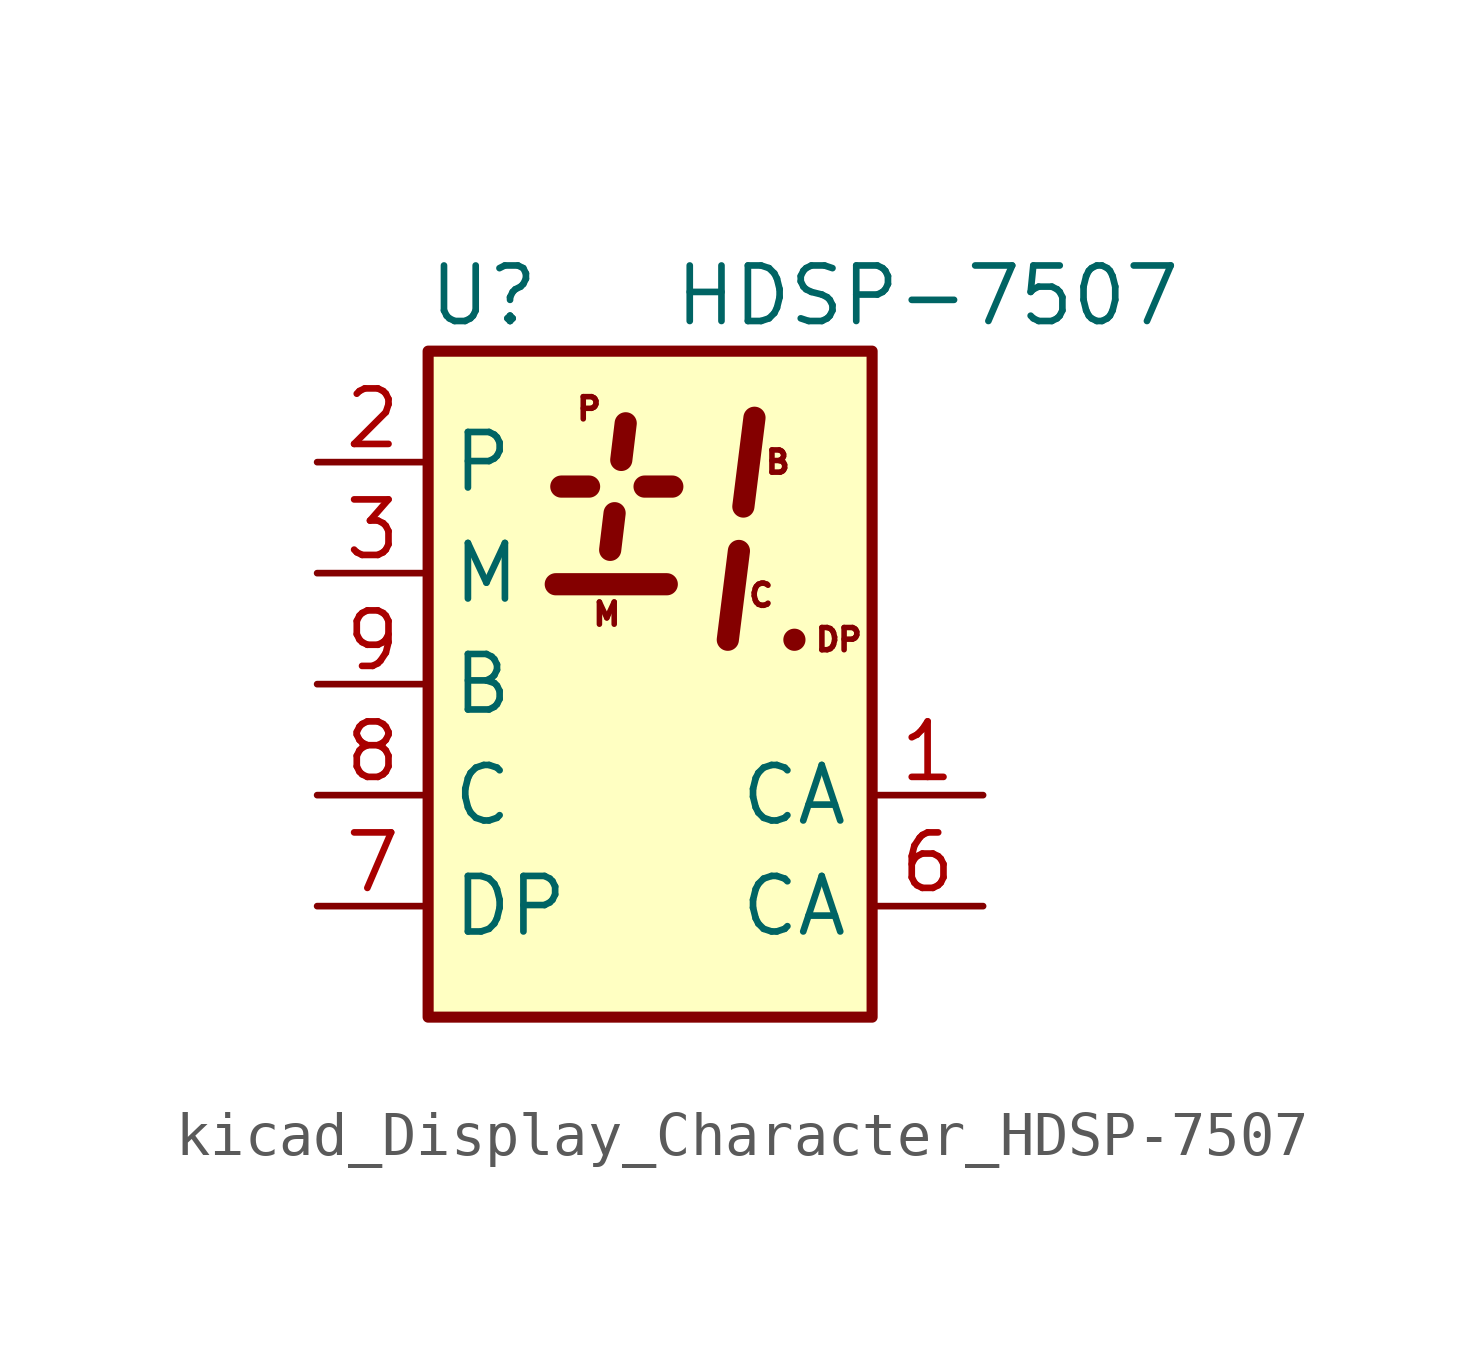
<source format=kicad_sym>
(kicad_symbol_lib
  (version 20220914)
  (generator kicad_symbol_editor)
  (symbol "kicad_Display_Character_HDSP-7507"
    (property "Reference" "U"
      (at -3.81 8.89 0)
      (effects (font (size 1.27 1.27))))
    (property "Value" "HDSP-7507"
      (at 6.35 8.89 0)
      (effects (font (size 1.27 1.27))))
    (symbol "kicad_Display_Character_HDSP-7507_0_1"
      (polyline (pts (xy -2.159 2.286) (xy 0.381 2.286)) (stroke (width 0.508) (type default)) (fill (type none))))
    (symbol "kicad_Display_Character_HDSP-7507_1_0"
      (text "B" (at 2.921 5.08 0) (effects (font (size 0.508 0.508))))
      (text "C" (at 2.54 2.032 0) (effects (font (size 0.508 0.508))))
      (text "DP" (at 4.318 1.016 0) (effects (font (size 0.508 0.508))))
      (text "M" (at -0.991 1.6 0) (effects (font (size 0.508 0.508))))
      (text "P" (at -1.397 6.299 0) (effects (font (size 0.508 0.508)))))
    (symbol "kicad_Display_Character_HDSP-7507_1_1"
      (rectangle (start -5.08 7.62) (end 5.08 -7.62) (stroke (width 0.254) (type default)) (fill (type background)))
      (polyline (pts (xy -2.032 4.521) (xy -1.397 4.521)) (stroke (width 0.508) (type default)) (fill (type none)))
      (polyline (pts (xy -0.914 3.073) (xy -0.813 3.912)) (stroke (width 0.508) (type default)) (fill (type none)))
      (polyline (pts (xy -0.559 5.969) (xy -0.66 5.131)) (stroke (width 0.508) (type default)) (fill (type none)))
      (polyline (pts (xy -0.127 4.521) (xy 0.508 4.521)) (stroke (width 0.508) (type default)) (fill (type none)))
      (polyline (pts (xy 2.032 3.048) (xy 1.778 1.016)) (stroke (width 0.508) (type default)) (fill (type none)))
      (polyline (pts (xy 2.388 6.096) (xy 2.134 4.064)) (stroke (width 0.508) (type default)) (fill (type none)))
      (polyline (pts (xy 3.302 1.016) (xy 3.302 1.016)) (stroke (width 0.508) (type default)) (fill (type none)))
      (pin input line (at 7.62 -2.54 180) (length 2.54) (name "CA" (effects (font (size 1.27 1.27)))) (number "1" (effects (font (size 1.27 1.27)))))
      (pin no_connect line (at 0 -7.62 90) (length 2.54) hide (name "NC" (effects (font (size 1.27 1.27)))) (number "10" (effects (font (size 1.27 1.27)))))
      (pin input line (at -7.62 5.08 0) (length 2.54) (name "P" (effects (font (size 1.27 1.27)))) (number "2" (effects (font (size 1.27 1.27)))))
      (pin input line (at -7.62 2.54 0) (length 2.54) (name "M" (effects (font (size 1.27 1.27)))) (number "3" (effects (font (size 1.27 1.27)))))
      (pin no_connect line (at 5.08 5.08 180) (length 2.54) hide (name "NC" (effects (font (size 1.27 1.27)))) (number "4" (effects (font (size 1.27 1.27)))))
      (pin no_connect line (at 5.08 2.54 180) (length 2.54) hide (name "NC" (effects (font (size 1.27 1.27)))) (number "5" (effects (font (size 1.27 1.27)))))
      (pin input line (at 7.62 -5.08 180) (length 2.54) (name "CA" (effects (font (size 1.27 1.27)))) (number "6" (effects (font (size 1.27 1.27)))))
      (pin input line (at -7.62 -5.08 0) (length 2.54) (name "DP" (effects (font (size 1.27 1.27)))) (number "7" (effects (font (size 1.27 1.27)))))
      (pin input line (at -7.62 -2.54 0) (length 2.54) (name "C" (effects (font (size 1.27 1.27)))) (number "8" (effects (font (size 1.27 1.27)))))
      (pin input line (at -7.62 0 0) (length 2.54) (name "B" (effects (font (size 1.27 1.27)))) (number "9" (effects (font (size 1.27 1.27))))))))
</source>
